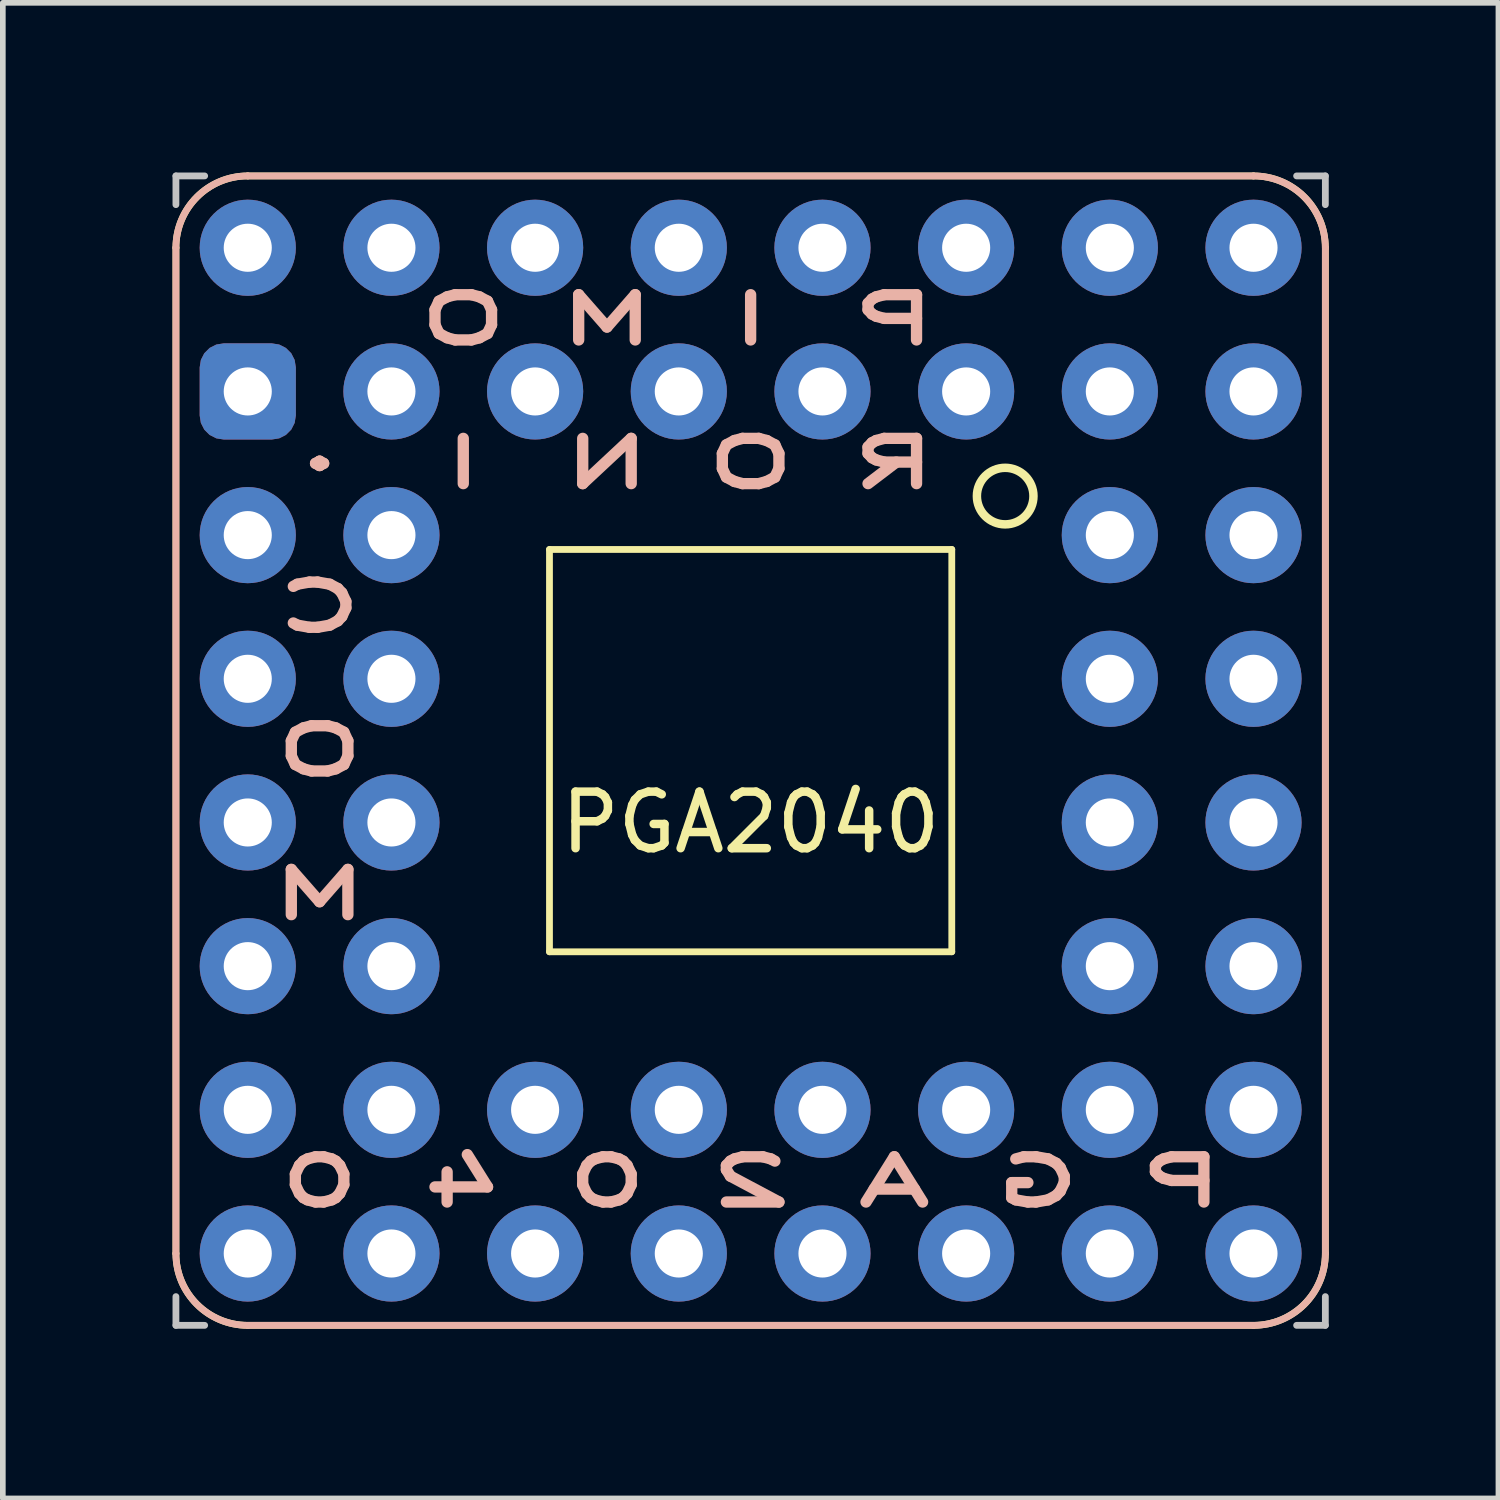
<source format=kicad_pcb>
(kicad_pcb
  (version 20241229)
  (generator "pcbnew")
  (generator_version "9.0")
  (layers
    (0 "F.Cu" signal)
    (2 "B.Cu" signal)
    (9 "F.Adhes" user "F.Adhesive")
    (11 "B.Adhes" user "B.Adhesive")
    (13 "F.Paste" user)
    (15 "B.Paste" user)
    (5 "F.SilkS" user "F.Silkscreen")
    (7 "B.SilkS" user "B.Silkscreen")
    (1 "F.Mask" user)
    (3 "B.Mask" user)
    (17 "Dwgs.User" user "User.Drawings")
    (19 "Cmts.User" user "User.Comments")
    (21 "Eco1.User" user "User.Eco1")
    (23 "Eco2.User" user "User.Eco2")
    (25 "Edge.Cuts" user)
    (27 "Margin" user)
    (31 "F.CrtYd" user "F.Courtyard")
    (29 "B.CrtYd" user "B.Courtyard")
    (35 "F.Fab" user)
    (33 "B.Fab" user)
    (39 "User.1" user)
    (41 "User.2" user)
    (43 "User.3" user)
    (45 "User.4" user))
  (footprint "PGA2040"
    (layer "F.Cu")
    (at 10.22 10.22)
    (property "Reference" "PGA2040" (at 0 1.27 0) (layer "F.SilkS") (effects (font (size 1 1) (thickness 0.15))))
    (attr through_hole)
    (fp_line (start -10.16 -8.89) (end -10.16 8.89) (stroke (width 0.12) (type solid)) (layer "F.SilkS"))
    (fp_line (start -8.89 10.16) (end 8.89 10.16) (stroke (width 0.12) (type solid)) (layer "F.SilkS"))
    (fp_line (start -3.556 -3.556) (end -3.556 3.556) (stroke (width 0.12) (type solid)) (layer "F.SilkS"))
    (fp_line (start -3.556 3.556) (end 3.556 3.556) (stroke (width 0.12) (type solid)) (layer "F.SilkS"))
    (fp_line (start 3.556 -3.556) (end -3.556 -3.556) (stroke (width 0.12) (type solid)) (layer "F.SilkS"))
    (fp_line (start 3.556 3.556) (end 3.556 -3.556) (stroke (width 0.12) (type solid)) (layer "F.SilkS"))
    (fp_line (start 8.89 -10.16) (end -8.89 -10.16) (stroke (width 0.12) (type solid)) (layer "F.SilkS"))
    (fp_line (start 10.16 8.89) (end 10.16 -8.89) (stroke (width 0.12) (type solid)) (layer "F.SilkS"))
    (fp_arc (start -10.16 -8.89) (mid -9.788026 -9.788026) (end -8.89 -10.16) (stroke (width 0.12) (type solid)) (layer "F.SilkS"))
    (fp_arc (start -8.89 10.16) (mid -9.788026 9.788026) (end -10.16 8.89) (stroke (width 0.12) (type solid)) (layer "F.SilkS"))
    (fp_arc (start 8.89 -10.16) (mid 9.788026 -9.788026) (end 10.16 -8.89) (stroke (width 0.12) (type solid)) (layer "F.SilkS"))
    (fp_arc (start 10.16 8.89) (mid 9.788026 9.788026) (end 8.89 10.16) (stroke (width 0.12) (type solid)) (layer "F.SilkS"))
    (fp_circle (center 4.5 -4.5) (end 5 -4.5) (stroke (width 0.15) (type solid)) (fill no) (layer "F.SilkS"))
    (fp_line (start -10.16 -8.89) (end -10.16 8.89) (stroke (width 0.12) (type solid)) (layer "B.SilkS"))
    (fp_line (start -8.89 -10.16) (end 8.89 -10.16) (stroke (width 0.12) (type solid)) (layer "B.SilkS"))
    (fp_line (start -8.89 10.16) (end 8.89 10.16) (stroke (width 0.12) (type solid)) (layer "B.SilkS"))
    (fp_line (start 10.16 8.89) (end 10.16 -8.89) (stroke (width 0.12) (type solid)) (layer "B.SilkS"))
    (fp_arc (start -10.16 -8.89) (mid -9.788026 -9.788026) (end -8.89 -10.16) (stroke (width 0.12) (type solid)) (layer "B.SilkS"))
    (fp_arc (start -8.89 10.16) (mid -9.788026 9.788026) (end -10.16 8.89) (stroke (width 0.12) (type solid)) (layer "B.SilkS"))
    (fp_arc (start 8.89 -10.16) (mid 9.788026 -9.788026) (end 10.16 -8.89) (stroke (width 0.12) (type solid)) (layer "B.SilkS"))
    (fp_arc (start 10.16 8.89) (mid 9.788026 9.788026) (end 8.89 10.16) (stroke (width 0.12) (type solid)) (layer "B.SilkS"))
    (fp_line (start -10.16 -10.16) (end -10.16 -9.652) (stroke (width 0.12) (type solid)) (layer "Dwgs.User"))
    (fp_line (start -10.16 9.652) (end -10.16 10.16) (stroke (width 0.12) (type solid)) (layer "Dwgs.User"))
    (fp_line (start -9.652 -10.16) (end -10.16 -10.16) (stroke (width 0.12) (type solid)) (layer "Dwgs.User"))
    (fp_line (start -9.652 10.16) (end -10.16 10.16) (stroke (width 0.12) (type solid)) (layer "Dwgs.User"))
    (fp_line (start 10.16 -10.16) (end 9.652 -10.16) (stroke (width 0.12) (type solid)) (layer "Dwgs.User"))
    (fp_line (start 10.16 -10.16) (end 10.16 -9.652) (stroke (width 0.12) (type solid)) (layer "Dwgs.User"))
    (fp_line (start 10.16 9.652) (end 10.16 10.16) (stroke (width 0.12) (type solid)) (layer "Dwgs.User"))
    (fp_line (start 10.16 10.16) (end 9.652 10.16) (stroke (width 0.12) (type solid)) (layer "Dwgs.User"))
    (fp_text user "2" (at 0 7.62 0) (layer "B.SilkS") (effects (font (size 0.8 1.5) (thickness 0.2)) (justify mirror)))
    (fp_text user "I" (at 0 -7.62 0) (layer "B.SilkS") (effects (font (size 0.8 1.5) (thickness 0.2)) (justify mirror)))
    (fp_text user "4" (at -5.08 7.62 0) (layer "B.SilkS") (effects (font (size 0.8 1.5) (thickness 0.2)) (justify mirror)))
    (fp_text user "G" (at 5.08 7.62 0) (layer "B.SilkS") (effects (font (size 0.8 1.5) (thickness 0.2)) (justify mirror)))
    (fp_text user "M" (at -7.62 2.54 0) (layer "B.SilkS") (effects (font (size 0.8 1.5) (thickness 0.2)) (justify mirror)))
    (fp_text user "A" (at 2.54 7.62 0) (layer "B.SilkS") (effects (font (size 0.8 1.5) (thickness 0.2)) (justify mirror)))
    (fp_text user "." (at -7.62 -5.4 0) (layer "B.SilkS") (effects (font (size 0.8 1.5) (thickness 0.2)) (justify mirror)))
    (fp_text user "R" (at 2.54 -5.08 0) (layer "B.SilkS") (effects (font (size 0.8 1.5) (thickness 0.2)) (justify mirror)))
    (fp_text user "O" (at -5.08 -7.62 0) (layer "B.SilkS") (effects (font (size 0.8 1.5) (thickness 0.2)) (justify mirror)))
    (fp_text user "M" (at -2.54 -7.62 0) (layer "B.SilkS") (effects (font (size 0.8 1.5) (thickness 0.2)) (justify mirror)))
    (fp_text user "I" (at -5.08 -5.08 0) (layer "B.SilkS") (effects (font (size 0.8 1.5) (thickness 0.2)) (justify mirror)))
    (fp_text user "P" (at 2.54 -7.62 0) (layer "B.SilkS") (effects (font (size 0.8 1.5) (thickness 0.2)) (justify mirror)))
    (fp_text user "N" (at -2.54 -5.08 0) (layer "B.SilkS") (effects (font (size 0.8 1.5) (thickness 0.2)) (justify mirror)))
    (fp_text user "P" (at 7.62 7.62 0) (layer "B.SilkS") (effects (font (size 0.8 1.5) (thickness 0.2)) (justify mirror)))
    (fp_text user "0" (at -2.54 7.62 0) (layer "B.SilkS") (effects (font (size 0.8 1.5) (thickness 0.2)) (justify mirror)))
    (fp_text user "0" (at -7.62 7.62 0) (layer "B.SilkS") (effects (font (size 0.8 1.5) (thickness 0.2)) (justify mirror)))
    (fp_text user "O" (at -7.62 0 0) (layer "B.SilkS") (effects (font (size 0.8 1.5) (thickness 0.2)) (justify mirror)))
    (fp_text user "C" (at -7.62 -2.54 0) (layer "B.SilkS") (effects (font (size 0.8 1.5) (thickness 0.2)) (justify mirror)))
    (fp_text user "O" (at 0 -5.08 0) (layer "B.SilkS") (effects (font (size 0.8 1.5) (thickness 0.2)) (justify mirror)))
    (pad "1" thru_hole roundrect (at -8.89 -6.35) (size 1.7 1.7) (drill 0.85) (layers "*.Cu" "*.Mask") (roundrect_rratio 0.25))
    (pad "2" thru_hole circle (at -8.89 -3.81) (size 1.7 1.7) (drill 0.85) (layers "*.Cu" "*.Mask"))
    (pad "3" thru_hole circle (at -6.35 -3.81) (size 1.7 1.7) (drill 0.85) (layers "*.Cu" "*.Mask"))
    (pad "4" thru_hole circle (at -8.89 -1.27) (size 1.7 1.7) (drill 0.85) (layers "*.Cu" "*.Mask"))
    (pad "5" thru_hole circle (at -6.35 -1.27) (size 1.7 1.7) (drill 0.85) (layers "*.Cu" "*.Mask"))
    (pad "6" thru_hole circle (at -8.89 1.27) (size 1.7 1.7) (drill 0.85) (layers "*.Cu" "*.Mask"))
    (pad "7" thru_hole circle (at -6.35 1.27) (size 1.7 1.7) (drill 0.85) (layers "*.Cu" "*.Mask"))
    (pad "8" thru_hole circle (at -8.89 3.81) (size 1.7 1.7) (drill 0.85) (layers "*.Cu" "*.Mask"))
    (pad "9" thru_hole circle (at -6.35 3.81) (size 1.7 1.7) (drill 0.85) (layers "*.Cu" "*.Mask"))
    (pad "10" thru_hole circle (at -8.89 6.35) (size 1.7 1.7) (drill 0.85) (layers "*.Cu" "*.Mask"))
    (pad "11" thru_hole circle (at -6.35 6.35) (size 1.7 1.7) (drill 0.85) (layers "*.Cu" "*.Mask"))
    (pad "12" thru_hole circle (at -8.89 8.89) (size 1.7 1.7) (drill 0.85) (layers "*.Cu" "*.Mask"))
    (pad "13" thru_hole circle (at -6.35 8.89) (size 1.7 1.7) (drill 0.85) (layers "*.Cu" "*.Mask"))
    (pad "14" thru_hole circle (at -3.81 8.89) (size 1.7 1.7) (drill 0.85) (layers "*.Cu" "*.Mask"))
    (pad "15" thru_hole circle (at -3.81 6.35) (size 1.7 1.7) (drill 0.85) (layers "*.Cu" "*.Mask"))
    (pad "16" thru_hole circle (at -1.27 8.89) (size 1.7 1.7) (drill 0.85) (layers "*.Cu" "*.Mask"))
    (pad "17" thru_hole circle (at -1.27 6.35) (size 1.7 1.7) (drill 0.85) (layers "*.Cu" "*.Mask"))
    (pad "18" thru_hole circle (at 1.27 8.89) (size 1.7 1.7) (drill 0.85) (layers "*.Cu" "*.Mask"))
    (pad "19" thru_hole circle (at 1.27 6.35) (size 1.7 1.7) (drill 0.85) (layers "*.Cu" "*.Mask"))
    (pad "20" thru_hole circle (at 3.81 8.89) (size 1.7 1.7) (drill 0.85) (layers "*.Cu" "*.Mask"))
    (pad "21" thru_hole circle (at 3.81 6.35) (size 1.7 1.7) (drill 0.85) (layers "*.Cu" "*.Mask"))
    (pad "22" thru_hole circle (at 6.35 8.89) (size 1.7 1.7) (drill 0.85) (layers "*.Cu" "*.Mask"))
    (pad "23" thru_hole circle (at 6.35 6.35) (size 1.7 1.7) (drill 0.85) (layers "*.Cu" "*.Mask"))
    (pad "24" thru_hole circle (at 8.89 8.89) (size 1.7 1.7) (drill 0.85) (layers "*.Cu" "*.Mask"))
    (pad "25" thru_hole circle (at 8.89 6.35) (size 1.7 1.7) (drill 0.85) (layers "*.Cu" "*.Mask"))
    (pad "26" thru_hole circle (at 8.89 3.81) (size 1.7 1.7) (drill 0.85) (layers "*.Cu" "*.Mask"))
    (pad "27" thru_hole circle (at 6.35 3.81) (size 1.7 1.7) (drill 0.85) (layers "*.Cu" "*.Mask"))
    (pad "28" thru_hole circle (at 8.89 1.27) (size 1.7 1.7) (drill 0.85) (layers "*.Cu" "*.Mask"))
    (pad "29" thru_hole circle (at 6.35 1.27) (size 1.7 1.7) (drill 0.85) (layers "*.Cu" "*.Mask"))
    (pad "30" thru_hole circle (at 8.89 -1.27) (size 1.7 1.7) (drill 0.85) (layers "*.Cu" "*.Mask"))
    (pad "31" thru_hole circle (at 6.35 -1.27) (size 1.7 1.7) (drill 0.85) (layers "*.Cu" "*.Mask"))
    (pad "32" thru_hole circle (at 8.89 -3.81) (size 1.7 1.7) (drill 0.85) (layers "*.Cu" "*.Mask"))
    (pad "33" thru_hole circle (at 6.35 -3.81) (size 1.7 1.7) (drill 0.85) (layers "*.Cu" "*.Mask"))
    (pad "34" thru_hole circle (at 8.89 -6.35) (size 1.7 1.7) (drill 0.85) (layers "*.Cu" "*.Mask"))
    (pad "35" thru_hole circle (at 6.35 -6.35) (size 1.7 1.7) (drill 0.85) (layers "*.Cu" "*.Mask"))
    (pad "36" thru_hole circle (at 8.89 -8.89) (size 1.7 1.7) (drill 0.85) (layers "*.Cu" "*.Mask"))
    (pad "37" thru_hole circle (at 6.35 -8.89) (size 1.7 1.7) (drill 0.85) (layers "*.Cu" "*.Mask"))
    (pad "38" thru_hole circle (at 3.81 -8.89) (size 1.7 1.7) (drill 0.85) (layers "*.Cu" "*.Mask"))
    (pad "39" thru_hole circle (at 3.81 -6.35) (size 1.7 1.7) (drill 0.85) (layers "*.Cu" "*.Mask"))
    (pad "40" thru_hole circle (at 1.27 -8.89) (size 1.7 1.7) (drill 0.85) (layers "*.Cu" "*.Mask"))
    (pad "41" thru_hole circle (at 1.27 -6.35) (size 1.7 1.7) (drill 0.85) (layers "*.Cu" "*.Mask"))
    (pad "42" thru_hole circle (at -1.27 -8.89) (size 1.7 1.7) (drill 0.85) (layers "*.Cu" "*.Mask"))
    (pad "43" thru_hole circle (at -1.27 -6.35) (size 1.7 1.7) (drill 0.85) (layers "*.Cu" "*.Mask"))
    (pad "44" thru_hole circle (at -3.81 -8.89) (size 1.7 1.7) (drill 0.85) (layers "*.Cu" "*.Mask"))
    (pad "45" thru_hole circle (at -3.81 -6.35) (size 1.7 1.7) (drill 0.85) (layers "*.Cu" "*.Mask"))
    (pad "46" thru_hole circle (at -6.35 -8.89) (size 1.7 1.7) (drill 0.85) (layers "*.Cu" "*.Mask"))
    (pad "47" thru_hole circle (at -6.35 -6.35) (size 1.7 1.7) (drill 0.85) (layers "*.Cu" "*.Mask"))
    (pad "48" thru_hole circle (at -8.89 -8.89) (size 1.7 1.7) (drill 0.85) (layers "*.Cu" "*.Mask")))
  (gr_rect
    (start -3 -3)
    (end 23.44 23.44)
    (stroke (width 0.1) (type default))
    (fill no)
    (layer "Edge.Cuts")))
</source>
